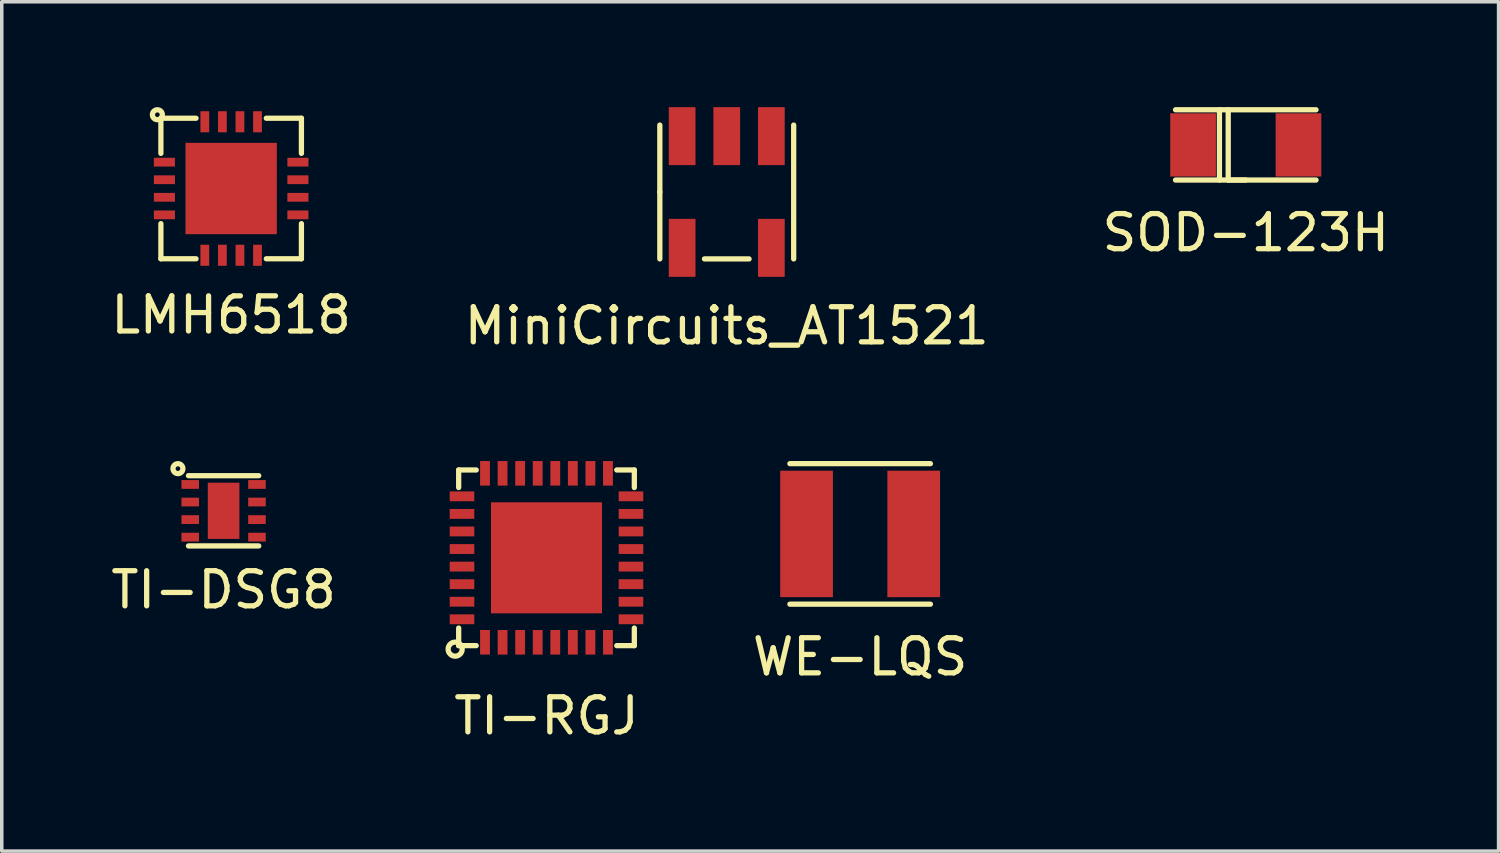
<source format=kicad_pcb>
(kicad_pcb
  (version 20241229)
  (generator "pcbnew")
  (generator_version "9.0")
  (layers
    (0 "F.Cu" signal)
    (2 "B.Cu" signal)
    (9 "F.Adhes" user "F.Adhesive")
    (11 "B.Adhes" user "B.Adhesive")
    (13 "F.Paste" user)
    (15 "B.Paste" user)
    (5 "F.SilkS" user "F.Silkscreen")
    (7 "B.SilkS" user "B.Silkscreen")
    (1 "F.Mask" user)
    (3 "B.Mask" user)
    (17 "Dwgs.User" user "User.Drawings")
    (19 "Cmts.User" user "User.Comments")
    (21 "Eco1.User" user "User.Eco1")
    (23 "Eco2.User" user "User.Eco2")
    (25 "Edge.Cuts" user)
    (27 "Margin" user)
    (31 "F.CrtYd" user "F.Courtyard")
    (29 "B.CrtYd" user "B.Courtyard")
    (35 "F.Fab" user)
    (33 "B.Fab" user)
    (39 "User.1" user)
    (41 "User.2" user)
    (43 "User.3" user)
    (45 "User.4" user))
  (footprint "LMH6518"
    (layer "F.Cu")
    (at 3.53 2.316)
    (property "Reference" "LMH6518" (at 0 3.6 0) (layer "F.SilkS") (effects (font (size 1 1) (thickness 0.15))))
    (attr through_hole)
    (fp_line (start -2 -2) (end -2 -1) (stroke (width 0.15) (type solid)) (layer "F.SilkS"))
    (fp_line (start -2 1) (end -2 2) (stroke (width 0.15) (type solid)) (layer "F.SilkS"))
    (fp_line (start -2 2) (end -1 2) (stroke (width 0.15) (type solid)) (layer "F.SilkS"))
    (fp_line (start -1 -2) (end -2 -2) (stroke (width 0.15) (type solid)) (layer "F.SilkS"))
    (fp_line (start 1 2) (end 2 2) (stroke (width 0.15) (type solid)) (layer "F.SilkS"))
    (fp_line (start 2 -2) (end 1 -2) (stroke (width 0.15) (type solid)) (layer "F.SilkS"))
    (fp_line (start 2 -1) (end 2 -2) (stroke (width 0.15) (type solid)) (layer "F.SilkS"))
    (fp_line (start 2 2) (end 2 1) (stroke (width 0.15) (type solid)) (layer "F.SilkS"))
    (fp_circle (center -2.1 -2.1) (end -2 -2.2) (stroke (width 0.15) (type solid)) (fill no) (layer "F.SilkS"))
    (pad "" smd rect (at -0.675 -0.675 90) (size 1.15 1.15) (layers "F.Paste"))
    (pad "" smd rect (at -0.675 0.675 90) (size 1.15 1.15) (layers "F.Paste"))
    (pad "" smd rect (at 0.675 -0.675 90) (size 1.15 1.15) (layers "F.Paste"))
    (pad "" smd rect (at 0.675 0.675 90) (size 1.15 1.15) (layers "F.Paste"))
    (pad "1" smd rect (at -1.9 -0.75) (size 0.6 0.25) (layers "F.Cu" "F.Mask" "F.Paste"))
    (pad "2" smd rect (at -1.9 -0.25) (size 0.6 0.25) (layers "F.Cu" "F.Mask" "F.Paste"))
    (pad "3" smd rect (at -1.9 0.25) (size 0.6 0.25) (layers "F.Cu" "F.Mask" "F.Paste"))
    (pad "4" smd rect (at -1.9 0.75) (size 0.6 0.25) (layers "F.Cu" "F.Mask" "F.Paste"))
    (pad "5" smd rect (at -0.75 1.9 90) (size 0.6 0.25) (layers "F.Cu" "F.Mask" "F.Paste"))
    (pad "6" smd rect (at -0.25 1.9 90) (size 0.6 0.25) (layers "F.Cu" "F.Mask" "F.Paste"))
    (pad "7" smd rect (at 0.25 1.9 90) (size 0.6 0.25) (layers "F.Cu" "F.Mask" "F.Paste"))
    (pad "8" smd rect (at 0.75 1.9 90) (size 0.6 0.25) (layers "F.Cu" "F.Mask" "F.Paste"))
    (pad "9" smd rect (at 1.9 0.75) (size 0.6 0.25) (layers "F.Cu" "F.Mask" "F.Paste"))
    (pad "10" smd rect (at 1.9 0.25) (size 0.6 0.25) (layers "F.Cu" "F.Mask" "F.Paste"))
    (pad "11" smd rect (at 1.9 -0.25) (size 0.6 0.25) (layers "F.Cu" "F.Mask" "F.Paste"))
    (pad "12" smd rect (at 1.9 -0.75) (size 0.6 0.25) (layers "F.Cu" "F.Mask" "F.Paste"))
    (pad "13" smd rect (at 0.75 -1.9 90) (size 0.6 0.25) (layers "F.Cu" "F.Mask" "F.Paste"))
    (pad "14" smd rect (at 0.25 -1.9 90) (size 0.6 0.25) (layers "F.Cu" "F.Mask" "F.Paste"))
    (pad "15" smd rect (at -0.25 -1.9 90) (size 0.6 0.25) (layers "F.Cu" "F.Mask" "F.Paste"))
    (pad "16" smd rect (at -0.75 -1.9 90) (size 0.6 0.25) (layers "F.Cu" "F.Mask" "F.Paste"))
    (pad "17" smd rect (at 0 0 90) (size 2.6 2.6) (layers "F.Cu" "F.Mask")))
  (footprint "MiniCircuits_AT1521"
    (layer "F.Cu")
    (at 17.637 2.415)
    (property "Reference" "MiniCircuits_AT1521" (at 0 3.81 0) (layer "F.SilkS") (effects (font (size 1 1) (thickness 0.15))))
    (attr through_hole)
    (fp_line (start -1.905 0) (end -1.905 -1.905) (stroke (width 0.15) (type solid)) (layer "F.SilkS"))
    (fp_line (start -1.905 0) (end -1.905 1.905) (stroke (width 0.15) (type solid)) (layer "F.SilkS"))
    (fp_line (start -0.635 1.905) (end 0.635 1.905) (stroke (width 0.15) (type solid)) (layer "F.SilkS"))
    (fp_line (start 1.905 1.905) (end 1.905 -1.905) (stroke (width 0.15) (type solid)) (layer "F.SilkS"))
    (pad "1" smd rect (at -1.27 -1.59) (size 0.76 1.65) (layers "F.Cu" "F.Mask" "F.Paste"))
    (pad "2" smd rect (at 0 -1.59) (size 0.76 1.65) (layers "F.Cu" "F.Mask" "F.Paste"))
    (pad "3" smd rect (at 1.27 -1.59) (size 0.76 1.65) (layers "F.Cu" "F.Mask" "F.Paste"))
    (pad "4" smd rect (at 1.27 1.59) (size 0.76 1.65) (layers "F.Cu" "F.Mask" "F.Paste"))
    (pad "6" smd rect (at -1.27 1.59) (size 0.76 1.65) (layers "F.Cu" "F.Mask" "F.Paste")))
  (footprint "TI-DSG8"
    (layer "F.Cu")
    (at 3.315 11.49)
    (property "Reference" "TI-DSG8" (at 0 2.25 0) (layer "F.SilkS") (effects (font (size 1 1) (thickness 0.15))))
    (attr through_hole)
    (fp_line (start -1 -1) (end 1 -1) (stroke (width 0.15) (type solid)) (layer "F.SilkS"))
    (fp_line (start -1 1) (end 1 1) (stroke (width 0.15) (type solid)) (layer "F.SilkS"))
    (fp_circle (center -1.3 -1.2) (end -1.2 -1.3) (stroke (width 0.15) (type solid)) (fill no) (layer "F.SilkS"))
    (pad "1" smd rect (at -0.95 -0.75) (size 0.5 0.25) (layers "F.Cu" "F.Mask" "F.Paste"))
    (pad "2" smd rect (at -0.95 -0.25) (size 0.5 0.25) (layers "F.Cu" "F.Mask" "F.Paste"))
    (pad "3" smd rect (at -0.95 0.25) (size 0.5 0.25) (layers "F.Cu" "F.Mask" "F.Paste"))
    (pad "4" smd rect (at -0.95 0.75) (size 0.5 0.25) (layers "F.Cu" "F.Mask" "F.Paste"))
    (pad "5" smd rect (at 0.95 0.75) (size 0.5 0.25) (layers "F.Cu" "F.Mask" "F.Paste"))
    (pad "6" smd rect (at 0.95 0.25) (size 0.5 0.25) (layers "F.Cu" "F.Mask" "F.Paste"))
    (pad "7" smd rect (at 0.95 -0.25) (size 0.5 0.25) (layers "F.Cu" "F.Mask" "F.Paste"))
    (pad "8" smd rect (at 0.95 -0.75) (size 0.5 0.25) (layers "F.Cu" "F.Mask" "F.Paste"))
    (pad "9" smd rect (at 0 0) (size 0.9 1.6) (layers "F.Cu" "F.Mask" "F.Paste")))
  (footprint "SOD-123H"
    (layer "F.Cu")
    (at 32.411 1.075)
    (property "Reference" "SOD-123H" (at 0 2.5 0) (layer "F.SilkS") (effects (font (size 1 1) (thickness 0.15))))
    (attr through_hole)
    (fp_line (start -2 -1) (end 2 -1) (stroke (width 0.15) (type solid)) (layer "F.SilkS"))
    (fp_line (start -2 1) (end 2 1) (stroke (width 0.15) (type solid)) (layer "F.SilkS"))
    (fp_line (start -0.75 -1) (end -0.75 1) (stroke (width 0.15) (type solid)) (layer "F.SilkS"))
    (fp_line (start -0.5 -1) (end -0.5 1) (stroke (width 0.15) (type solid)) (layer "F.SilkS"))
    (fp_line (start -0.5 1) (end 0 1) (stroke (width 0.15) (type solid)) (layer "F.SilkS"))
    (pad "1" smd rect (at -1.5 0) (size 1.3 1.8) (layers "F.Cu" "F.Mask" "F.Paste"))
    (pad "2" smd rect (at 1.5 0) (size 1.3 1.8) (layers "F.Cu" "F.Mask" "F.Paste")))
  (footprint "TI-RGJ"
    (layer "F.Cu")
    (at 12.506 12.828)
    (property "Reference" "TI-RGJ" (at 0 4.5 0) (layer "F.SilkS") (effects (font (size 1 1) (thickness 0.15))))
    (attr through_hole)
    (fp_line (start -2.5 -2.5) (end -2.5 -2) (stroke (width 0.15) (type solid)) (layer "F.SilkS"))
    (fp_line (start -2.5 2) (end -2.5 2.5) (stroke (width 0.15) (type solid)) (layer "F.SilkS"))
    (fp_line (start -2.5 2.5) (end -2 2.5) (stroke (width 0.15) (type solid)) (layer "F.SilkS"))
    (fp_line (start -2 -2.5) (end -2.5 -2.5) (stroke (width 0.15) (type solid)) (layer "F.SilkS"))
    (fp_line (start 2 2.5) (end 2.5 2.5) (stroke (width 0.15) (type solid)) (layer "F.SilkS"))
    (fp_line (start 2.5 -2.5) (end 2 -2.5) (stroke (width 0.15) (type solid)) (layer "F.SilkS"))
    (fp_line (start 2.5 -2) (end 2.5 -2.5) (stroke (width 0.15) (type solid)) (layer "F.SilkS"))
    (fp_line (start 2.5 2.5) (end 2.5 2) (stroke (width 0.15) (type solid)) (layer "F.SilkS"))
    (fp_circle (center -2.6 2.6) (end -2.4 2.6) (stroke (width 0.15) (type solid)) (fill no) (layer "F.SilkS"))
    (pad "" smd rect (at -1.28 -1.28) (size 0.6 0.6) (layers "F.Paste"))
    (pad "" smd rect (at -1.28 -0.43) (size 0.6 0.6) (layers "F.Paste"))
    (pad "" smd rect (at -1.28 0.42) (size 0.6 0.6) (layers "F.Paste"))
    (pad "" smd rect (at -1.28 1.27) (size 0.6 0.6) (layers "F.Paste"))
    (pad "" smd rect (at -0.43 -1.28) (size 0.6 0.6) (layers "F.Paste"))
    (pad "" smd rect (at -0.43 -0.43) (size 0.6 0.6) (layers "F.Paste"))
    (pad "" smd rect (at -0.43 0.42) (size 0.6 0.6) (layers "F.Paste"))
    (pad "" smd rect (at -0.43 1.27) (size 0.6 0.6) (layers "F.Paste"))
    (pad "" smd rect (at 0.42 -1.28) (size 0.6 0.6) (layers "F.Paste"))
    (pad "" smd rect (at 0.42 -0.43) (size 0.6 0.6) (layers "F.Paste"))
    (pad "" smd rect (at 0.42 0.42) (size 0.6 0.6) (layers "F.Paste"))
    (pad "" smd rect (at 0.42 1.27) (size 0.6 0.6) (layers "F.Paste"))
    (pad "" smd rect (at 1.27 -1.28) (size 0.6 0.6) (layers "F.Paste"))
    (pad "" smd rect (at 1.27 -0.43) (size 0.6 0.6) (layers "F.Paste"))
    (pad "" smd rect (at 1.27 0.42) (size 0.6 0.6) (layers "F.Paste"))
    (pad "" smd rect (at 1.27 1.27) (size 0.6 0.6) (layers "F.Paste"))
    (pad "1" smd rect (at -1.75 2.405) (size 0.28 0.7) (layers "F.Cu" "F.Mask" "F.Paste"))
    (pad "2" smd rect (at -1.25 2.405) (size 0.28 0.7) (layers "F.Cu" "F.Mask" "F.Paste"))
    (pad "3" smd rect (at -0.75 2.405) (size 0.28 0.7) (layers "F.Cu" "F.Mask" "F.Paste"))
    (pad "4" smd rect (at -0.25 2.405) (size 0.28 0.7) (layers "F.Cu" "F.Mask" "F.Paste"))
    (pad "5" smd rect (at 0.25 2.405) (size 0.28 0.7) (layers "F.Cu" "F.Mask" "F.Paste"))
    (pad "6" smd rect (at 0.75 2.405) (size 0.28 0.7) (layers "F.Cu" "F.Mask" "F.Paste"))
    (pad "7" smd rect (at 1.25 2.405) (size 0.28 0.7) (layers "F.Cu" "F.Mask" "F.Paste"))
    (pad "8" smd rect (at 1.75 2.405) (size 0.28 0.7) (layers "F.Cu" "F.Mask" "F.Paste"))
    (pad "9" smd rect (at 2.405 1.75 90) (size 0.28 0.7) (layers "F.Cu" "F.Mask" "F.Paste"))
    (pad "10" smd rect (at 2.405 1.25 90) (size 0.28 0.7) (layers "F.Cu" "F.Mask" "F.Paste"))
    (pad "11" smd rect (at 2.405 0.75 90) (size 0.28 0.7) (layers "F.Cu" "F.Mask" "F.Paste"))
    (pad "12" smd rect (at 2.405 0.25 90) (size 0.28 0.7) (layers "F.Cu" "F.Mask" "F.Paste"))
    (pad "13" smd rect (at 2.405 -0.25 90) (size 0.28 0.7) (layers "F.Cu" "F.Mask" "F.Paste"))
    (pad "14" smd rect (at 2.405 -0.75 90) (size 0.28 0.7) (layers "F.Cu" "F.Mask" "F.Paste"))
    (pad "15" smd rect (at 2.405 -1.25 90) (size 0.28 0.7) (layers "F.Cu" "F.Mask" "F.Paste"))
    (pad "16" smd rect (at 2.405 -1.75 90) (size 0.28 0.7) (layers "F.Cu" "F.Mask" "F.Paste"))
    (pad "17" smd rect (at 1.75 -2.405) (size 0.28 0.7) (layers "F.Cu" "F.Mask" "F.Paste"))
    (pad "18" smd rect (at 1.25 -2.405) (size 0.28 0.7) (layers "F.Cu" "F.Mask" "F.Paste"))
    (pad "19" smd rect (at 0.75 -2.405) (size 0.28 0.7) (layers "F.Cu" "F.Mask" "F.Paste"))
    (pad "20" smd rect (at 0.25 -2.405) (size 0.28 0.7) (layers "F.Cu" "F.Mask" "F.Paste"))
    (pad "21" smd rect (at -0.25 -2.405) (size 0.28 0.7) (layers "F.Cu" "F.Mask" "F.Paste"))
    (pad "22" smd rect (at -0.75 -2.405) (size 0.28 0.7) (layers "F.Cu" "F.Mask" "F.Paste"))
    (pad "23" smd rect (at -1.25 -2.405) (size 0.28 0.7) (layers "F.Cu" "F.Mask" "F.Paste"))
    (pad "24" smd rect (at -1.75 -2.405) (size 0.28 0.7) (layers "F.Cu" "F.Mask" "F.Paste"))
    (pad "25" smd rect (at -2.405 -1.75 90) (size 0.28 0.7) (layers "F.Cu" "F.Mask" "F.Paste"))
    (pad "26" smd rect (at -2.405 -1.25 90) (size 0.28 0.7) (layers "F.Cu" "F.Mask" "F.Paste"))
    (pad "27" smd rect (at -2.405 -0.75 90) (size 0.28 0.7) (layers "F.Cu" "F.Mask" "F.Paste"))
    (pad "28" smd rect (at -2.405 -0.25 90) (size 0.28 0.7) (layers "F.Cu" "F.Mask" "F.Paste"))
    (pad "29" smd rect (at -2.405 0.25 90) (size 0.28 0.7) (layers "F.Cu" "F.Mask" "F.Paste"))
    (pad "30" smd rect (at -2.405 0.75 90) (size 0.28 0.7) (layers "F.Cu" "F.Mask" "F.Paste"))
    (pad "31" smd rect (at -2.405 1.25 90) (size 0.28 0.7) (layers "F.Cu" "F.Mask" "F.Paste"))
    (pad "32" smd rect (at -2.405 1.75 90) (size 0.28 0.7) (layers "F.Cu" "F.Mask" "F.Paste"))
    (pad "33" smd rect (at 0 0) (size 3.16 3.16) (layers "F.Cu" "F.Mask")))
  (footprint "WE-LQS"
    (layer "F.Cu")
    (at 21.434 12.148)
    (property "Reference" "WE-LQS" (at 0 3.5 0) (layer "F.SilkS") (effects (font (size 1 1) (thickness 0.15))))
    (attr through_hole)
    (fp_line (start -2 -2) (end 2 -2) (stroke (width 0.15) (type solid)) (layer "F.SilkS"))
    (fp_line (start -2 2) (end 2 2) (stroke (width 0.15) (type solid)) (layer "F.SilkS"))
    (pad "1" smd rect (at -1.525 0) (size 1.5 3.6) (layers "F.Cu" "F.Mask" "F.Paste"))
    (pad "2" smd rect (at 1.525 0) (size 1.5 3.6) (layers "F.Cu" "F.Mask" "F.Paste")))
  (gr_rect
    (start -3 -3)
    (end 39.607 21.177)
    (stroke (width 0.1) (type default))
    (fill no)
    (layer "Edge.Cuts")))
</source>
